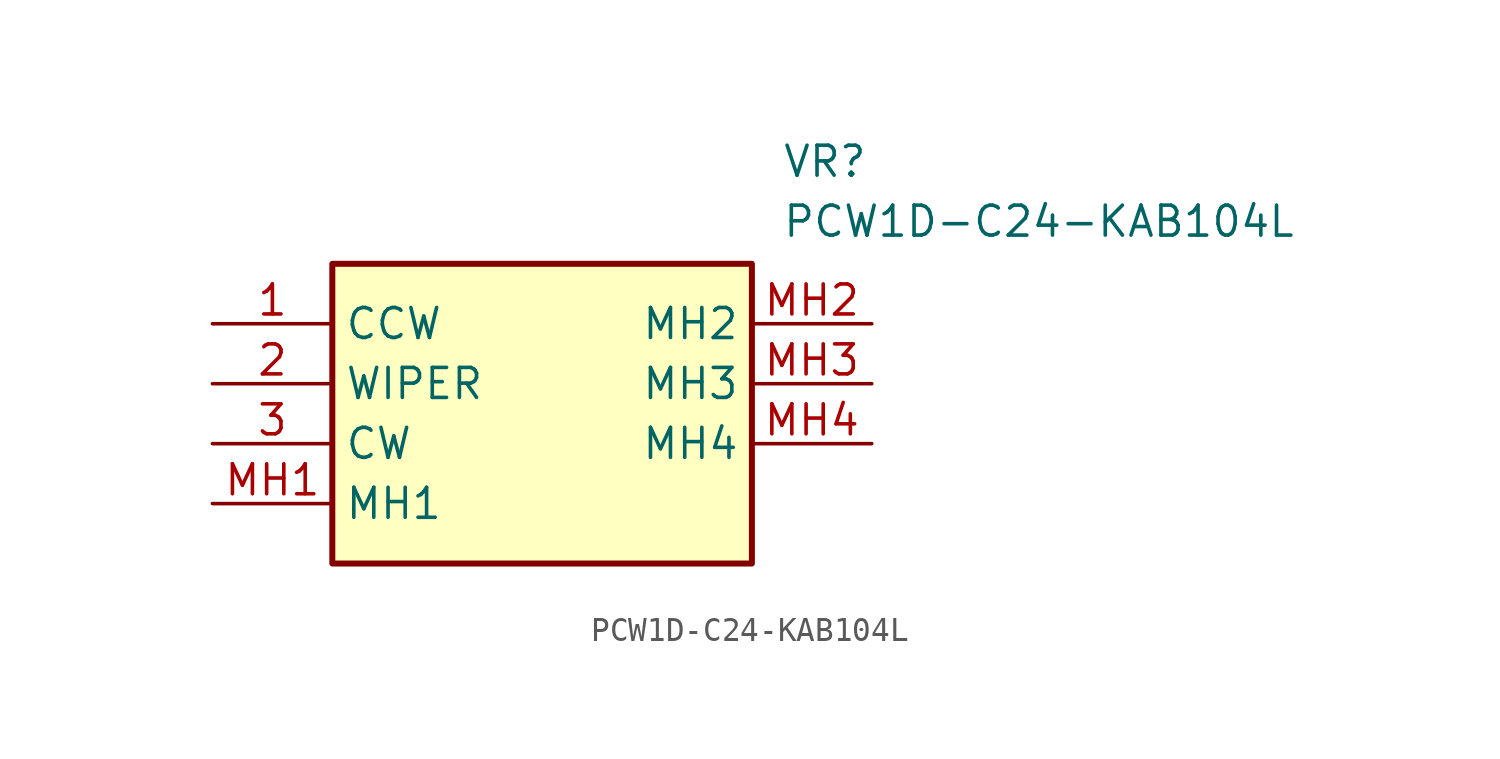
<source format=kicad_sym>
(kicad_symbol_lib
  (version 20211014)
  (generator SamacSys_ECAD_Model)
  (symbol "PCW1D-C24-KAB104L"
    (property "Reference" "VR"
      (at 24.13 7.62 0)
      (effects (font (size 1.27 1.27)) (justify left top)))
    (property "Value" "PCW1D-C24-KAB104L"
      (at 24.13 5.08 0)
      (effects (font (size 1.27 1.27)) (justify left top)))
    (rectangle
      (start 5.08 2.54)
      (end 22.86 -10.16)
      (stroke (width 0.254) (type default))
      (fill (type background)))
    (pin passive line
      (at 0 0 0)
      (length 5.08)
      (name "CCW" (effects (font (size 1.27 1.27))))
      (number "1" (effects (font (size 1.27 1.27)))))
    (pin passive line
      (at 0 -2.54 0)
      (length 5.08)
      (name "WIPER" (effects (font (size 1.27 1.27))))
      (number "2" (effects (font (size 1.27 1.27)))))
    (pin passive line
      (at 0 -5.08 0)
      (length 5.08)
      (name "CW" (effects (font (size 1.27 1.27))))
      (number "3" (effects (font (size 1.27 1.27)))))
    (pin passive line
      (at 0 -7.62 0)
      (length 5.08)
      (name "MH1" (effects (font (size 1.27 1.27))))
      (number "MH1" (effects (font (size 1.27 1.27)))))
    (pin passive line
      (at 27.94 0 180)
      (length 5.08)
      (name "MH2" (effects (font (size 1.27 1.27))))
      (number "MH2" (effects (font (size 1.27 1.27)))))
    (pin passive line
      (at 27.94 -2.54 180)
      (length 5.08)
      (name "MH3" (effects (font (size 1.27 1.27))))
      (number "MH3" (effects (font (size 1.27 1.27)))))
    (pin passive line
      (at 27.94 -5.08 180)
      (length 5.08)
      (name "MH4" (effects (font (size 1.27 1.27))))
      (number "MH4" (effects (font (size 1.27 1.27)))))))
</source>
